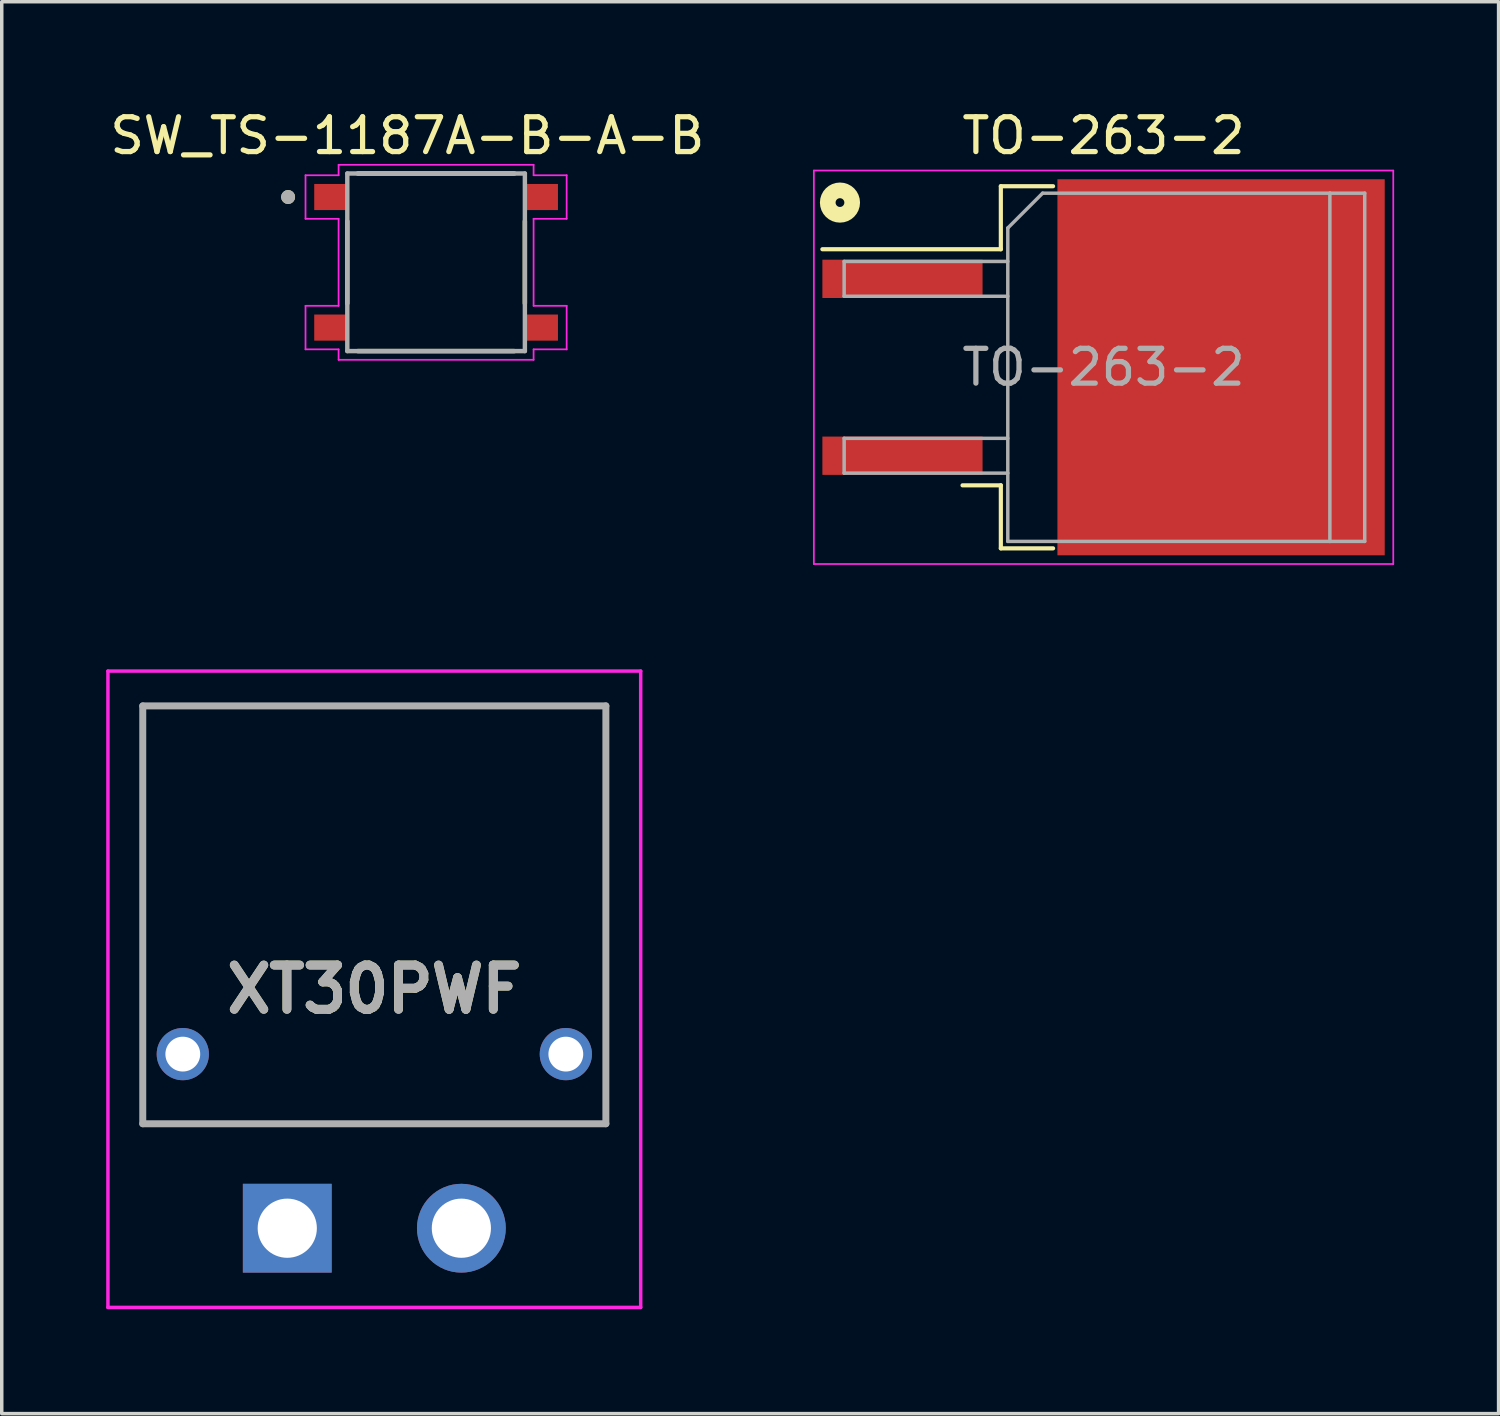
<source format=kicad_pcb>
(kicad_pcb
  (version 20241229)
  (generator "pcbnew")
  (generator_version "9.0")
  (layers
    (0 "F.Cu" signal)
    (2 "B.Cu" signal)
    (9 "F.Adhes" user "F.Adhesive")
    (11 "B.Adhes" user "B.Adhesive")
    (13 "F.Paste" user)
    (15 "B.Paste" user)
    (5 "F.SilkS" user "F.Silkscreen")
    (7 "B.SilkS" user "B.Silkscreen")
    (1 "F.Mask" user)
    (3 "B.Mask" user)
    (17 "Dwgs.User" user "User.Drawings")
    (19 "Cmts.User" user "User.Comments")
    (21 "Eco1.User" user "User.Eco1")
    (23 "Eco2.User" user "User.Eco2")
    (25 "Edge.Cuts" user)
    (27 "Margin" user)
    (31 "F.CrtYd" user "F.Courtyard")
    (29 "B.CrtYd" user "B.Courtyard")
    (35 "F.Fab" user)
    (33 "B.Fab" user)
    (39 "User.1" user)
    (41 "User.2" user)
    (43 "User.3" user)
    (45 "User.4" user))
  (footprint "TO-263-2"
    (layer "F.Cu")
    (at 28.643 7.498)
    (property "Reference" "TO-263-2" (at 0 -6.65 0) (layer "F.SilkS") (effects (font (size 1 1) (thickness 0.15))))
    (attr smd)
    (fp_line (start -2.95 -5.2) (end -2.95 -3.39) (stroke (width 0.12) (type solid)) (layer "F.SilkS"))
    (fp_line (start -2.95 -3.39) (end -8.075 -3.39) (stroke (width 0.12) (type solid)) (layer "F.SilkS"))
    (fp_line (start -2.95 3.39) (end -4.05 3.39) (stroke (width 0.12) (type solid)) (layer "F.SilkS"))
    (fp_line (start -2.95 5.2) (end -2.95 3.39) (stroke (width 0.12) (type solid)) (layer "F.SilkS"))
    (fp_line (start -1.45 -5.2) (end -2.95 -5.2) (stroke (width 0.12) (type solid)) (layer "F.SilkS"))
    (fp_line (start -1.45 5.2) (end -2.95 5.2) (stroke (width 0.12) (type solid)) (layer "F.SilkS"))
    (fp_circle (center -7.57 -4.73) (end -7.444 -4.73) (stroke (width 0.45) (type solid)) (fill no) (layer "F.SilkS"))
    (fp_line (start -8.32 -5.65) (end -8.32 5.65) (stroke (width 0.05) (type solid)) (layer "F.CrtYd"))
    (fp_line (start -8.32 5.65) (end 8.32 5.65) (stroke (width 0.05) (type solid)) (layer "F.CrtYd"))
    (fp_line (start 8.32 -5.65) (end -8.32 -5.65) (stroke (width 0.05) (type solid)) (layer "F.CrtYd"))
    (fp_line (start 8.32 5.65) (end 8.32 -5.65) (stroke (width 0.05) (type solid)) (layer "F.CrtYd"))
    (fp_line (start -7.45 -3.04) (end -7.45 -2.04) (stroke (width 0.1) (type solid)) (layer "F.Fab"))
    (fp_line (start -7.45 -2.04) (end -2.75 -2.04) (stroke (width 0.1) (type solid)) (layer "F.Fab"))
    (fp_line (start -7.45 2.04) (end -7.45 3.04) (stroke (width 0.1) (type solid)) (layer "F.Fab"))
    (fp_line (start -7.45 3.04) (end -2.75 3.04) (stroke (width 0.1) (type solid)) (layer "F.Fab"))
    (fp_line (start -2.75 -4) (end -1.75 -5) (stroke (width 0.1) (type solid)) (layer "F.Fab"))
    (fp_line (start -2.75 -3.04) (end -7.45 -3.04) (stroke (width 0.1) (type solid)) (layer "F.Fab"))
    (fp_line (start -2.75 2.04) (end -7.45 2.04) (stroke (width 0.1) (type solid)) (layer "F.Fab"))
    (fp_line (start -2.75 5) (end -2.75 -4) (stroke (width 0.1) (type solid)) (layer "F.Fab"))
    (fp_line (start -1.75 -5) (end 6.5 -5) (stroke (width 0.1) (type solid)) (layer "F.Fab"))
    (fp_line (start 6.5 -5) (end 6.5 5) (stroke (width 0.1) (type solid)) (layer "F.Fab"))
    (fp_line (start 6.5 -5) (end 7.5 -5) (stroke (width 0.1) (type solid)) (layer "F.Fab"))
    (fp_line (start 6.5 5) (end -2.75 5) (stroke (width 0.1) (type solid)) (layer "F.Fab"))
    (fp_line (start 7.5 -5) (end 7.5 5) (stroke (width 0.1) (type solid)) (layer "F.Fab"))
    (fp_line (start 7.5 5) (end 6.5 5) (stroke (width 0.1) (type solid)) (layer "F.Fab"))
    (fp_text user "${REFERENCE}" (at 0 0 0) (layer "F.Fab") (effects (font (size 1 1) (thickness 0.15))))
    (pad "" smd rect (at 0.95 -2.775) (size 4.55 5.25) (layers "F.Paste"))
    (pad "" smd rect (at 0.95 2.775) (size 4.55 5.25) (layers "F.Paste"))
    (pad "" smd rect (at 5.8 -2.775) (size 4.55 5.25) (layers "F.Paste"))
    (pad "" smd rect (at 5.8 2.775) (size 4.55 5.25) (layers "F.Paste"))
    (pad "1" smd rect (at -5.775 -2.54) (size 4.6 1.1) (layers "F.Cu" "F.Mask" "F.Paste"))
    (pad "3" smd rect (at -5.775 2.54) (size 4.6 1.1) (layers "F.Cu" "F.Mask" "F.Paste"))
    (pad "4" smd rect (at 3.375 0) (size 9.4 10.8) (layers "F.Cu" "F.Mask")))
  (footprint "SW_TS-1187A-B-A-B"
    (layer "F.Cu")
    (at 9.474 4.483)
    (property "Reference" "SW_TS-1187A-B-A-B" (at -0.825 -3.635 0) (layer "F.SilkS") (effects (font (size 1 1) (thickness 0.15))))
    (attr through_hole)
    (fp_line (start -2.55 -1.18) (end -2.55 1.18) (stroke (width 0.127) (type solid)) (layer "F.SilkS"))
    (fp_line (start 2.25 -2.55) (end -2.25 -2.55) (stroke (width 0.127) (type solid)) (layer "F.SilkS"))
    (fp_line (start 2.25 2.55) (end -2.25 2.55) (stroke (width 0.127) (type solid)) (layer "F.SilkS"))
    (fp_line (start 2.55 1.18) (end 2.55 -1.18) (stroke (width 0.127) (type solid)) (layer "F.SilkS"))
    (fp_circle (center -4.25 -1.875) (end -4.15 -1.875) (stroke (width 0.2) (type solid)) (fill no) (layer "F.SilkS"))
    (fp_line (start -3.75 -2.5) (end -3.75 -1.25) (stroke (width 0.05) (type solid)) (layer "F.CrtYd"))
    (fp_line (start -3.75 -2.5) (end -2.8 -2.5) (stroke (width 0.05) (type solid)) (layer "F.CrtYd"))
    (fp_line (start -3.75 -1.25) (end -2.8 -1.25) (stroke (width 0.05) (type solid)) (layer "F.CrtYd"))
    (fp_line (start -3.75 1.25) (end -2.8 1.25) (stroke (width 0.05) (type solid)) (layer "F.CrtYd"))
    (fp_line (start -3.75 2.5) (end -3.75 1.25) (stroke (width 0.05) (type solid)) (layer "F.CrtYd"))
    (fp_line (start -3.75 2.5) (end -2.8 2.5) (stroke (width 0.05) (type solid)) (layer "F.CrtYd"))
    (fp_line (start -2.8 -2.8) (end -2.8 -2.5) (stroke (width 0.05) (type solid)) (layer "F.CrtYd"))
    (fp_line (start -2.8 -1.25) (end -2.8 1.25) (stroke (width 0.05) (type solid)) (layer "F.CrtYd"))
    (fp_line (start -2.8 2.8) (end -2.8 2.5) (stroke (width 0.05) (type solid)) (layer "F.CrtYd"))
    (fp_line (start -2.8 2.8) (end 2.8 2.8) (stroke (width 0.05) (type solid)) (layer "F.CrtYd"))
    (fp_line (start 2.8 -2.8) (end -2.8 -2.8) (stroke (width 0.05) (type solid)) (layer "F.CrtYd"))
    (fp_line (start 2.8 -2.8) (end 2.8 -2.5) (stroke (width 0.05) (type solid)) (layer "F.CrtYd"))
    (fp_line (start 2.8 -1.25) (end 2.8 1.25) (stroke (width 0.05) (type solid)) (layer "F.CrtYd"))
    (fp_line (start 2.8 2.8) (end 2.8 2.5) (stroke (width 0.05) (type solid)) (layer "F.CrtYd"))
    (fp_line (start 3.75 -2.5) (end 2.8 -2.5) (stroke (width 0.05) (type solid)) (layer "F.CrtYd"))
    (fp_line (start 3.75 -2.5) (end 3.75 -1.25) (stroke (width 0.05) (type solid)) (layer "F.CrtYd"))
    (fp_line (start 3.75 -1.25) (end 2.8 -1.25) (stroke (width 0.05) (type solid)) (layer "F.CrtYd"))
    (fp_line (start 3.75 1.25) (end 2.8 1.25) (stroke (width 0.05) (type solid)) (layer "F.CrtYd"))
    (fp_line (start 3.75 2.5) (end 2.8 2.5) (stroke (width 0.05) (type solid)) (layer "F.CrtYd"))
    (fp_line (start 3.75 2.5) (end 3.75 1.25) (stroke (width 0.05) (type solid)) (layer "F.CrtYd"))
    (fp_line (start -2.55 -2.55) (end -2.55 2.55) (stroke (width 0.127) (type solid)) (layer "F.Fab"))
    (fp_line (start -2.55 2.55) (end 2.55 2.55) (stroke (width 0.127) (type solid)) (layer "F.Fab"))
    (fp_line (start 2.55 -2.55) (end -2.55 -2.55) (stroke (width 0.127) (type solid)) (layer "F.Fab"))
    (fp_line (start 2.55 2.55) (end 2.55 -2.55) (stroke (width 0.127) (type solid)) (layer "F.Fab"))
    (fp_circle (center -4.25 -1.875) (end -4.15 -1.875) (stroke (width 0.2) (type solid)) (fill no) (layer "F.Fab"))
    (pad "1" smd rect (at -3 -1.875) (size 1 0.75) (layers "F.Cu" "F.Mask" "F.Paste"))
    (pad "2" smd rect (at 3 -1.875) (size 1 0.75) (layers "F.Cu" "F.Mask" "F.Paste"))
    (pad "3" smd rect (at -3 1.875) (size 1 0.75) (layers "F.Cu" "F.Mask" "F.Paste"))
    (pad "4" smd rect (at 3 1.875) (size 1 0.75) (layers "F.Cu" "F.Mask" "F.Paste")))
  (footprint "XT30PWF"
    (layer "F.Cu")
    (at 5.2 32.223)
    (property "Reference" "XT30PWF" (at 2.5 -6.862 0) (layer "F.SilkS") (effects (font (size 1.27 1.27) (thickness 0.254))))
    (attr through_hole)
    (fp_line (start -4.15 -15) (end 9.15 -15) (stroke (width 0.1) (type solid)) (layer "F.SilkS"))
    (fp_line (start -4.15 -3) (end -4.15 -15) (stroke (width 0.1) (type solid)) (layer "F.SilkS"))
    (fp_line (start 9.15 -15) (end 9.15 -3) (stroke (width 0.1) (type solid)) (layer "F.SilkS"))
    (fp_line (start 9.15 -3) (end -4.15 -3) (stroke (width 0.1) (type solid)) (layer "F.SilkS"))
    (fp_line (start -5.15 -16) (end 10.15 -16) (stroke (width 0.1) (type solid)) (layer "F.CrtYd"))
    (fp_line (start -5.15 2.275) (end -5.15 -16) (stroke (width 0.1) (type solid)) (layer "F.CrtYd"))
    (fp_line (start 10.15 -16) (end 10.15 2.275) (stroke (width 0.1) (type solid)) (layer "F.CrtYd"))
    (fp_line (start 10.15 2.275) (end -5.15 2.275) (stroke (width 0.1) (type solid)) (layer "F.CrtYd"))
    (fp_line (start -4.15 -15) (end 9.15 -15) (stroke (width 0.2) (type solid)) (layer "F.Fab"))
    (fp_line (start -4.15 -3) (end -4.15 -15) (stroke (width 0.2) (type solid)) (layer "F.Fab"))
    (fp_line (start 9.15 -15) (end 9.15 -3) (stroke (width 0.2) (type solid)) (layer "F.Fab"))
    (fp_line (start 9.15 -3) (end -4.15 -3) (stroke (width 0.2) (type solid)) (layer "F.Fab"))
    (fp_text user "${REFERENCE}" (at 2.5 -6.862 0) (layer "F.Fab") (effects (font (size 1.27 1.27) (thickness 0.254))))
    (pad "1" thru_hole rect (at 0 0) (size 2.55 2.55) (drill 1.7) (layers "*.Cu" "*.Mask"))
    (pad "2" thru_hole circle (at 5 0) (size 2.55 2.55) (drill 1.7) (layers "*.Cu" "*.Mask"))
    (pad "3" thru_hole circle (at -3 -5) (size 1.5 1.5) (drill 1) (layers "*.Cu" "*.Mask"))
    (pad "4" thru_hole circle (at 8 -5) (size 1.5 1.5) (drill 1) (layers "*.Cu" "*.Mask")))
  (gr_rect
    (start -3 -3)
    (end 39.988 37.548)
    (stroke (width 0.1) (type default))
    (fill no)
    (layer "Edge.Cuts")))
</source>
